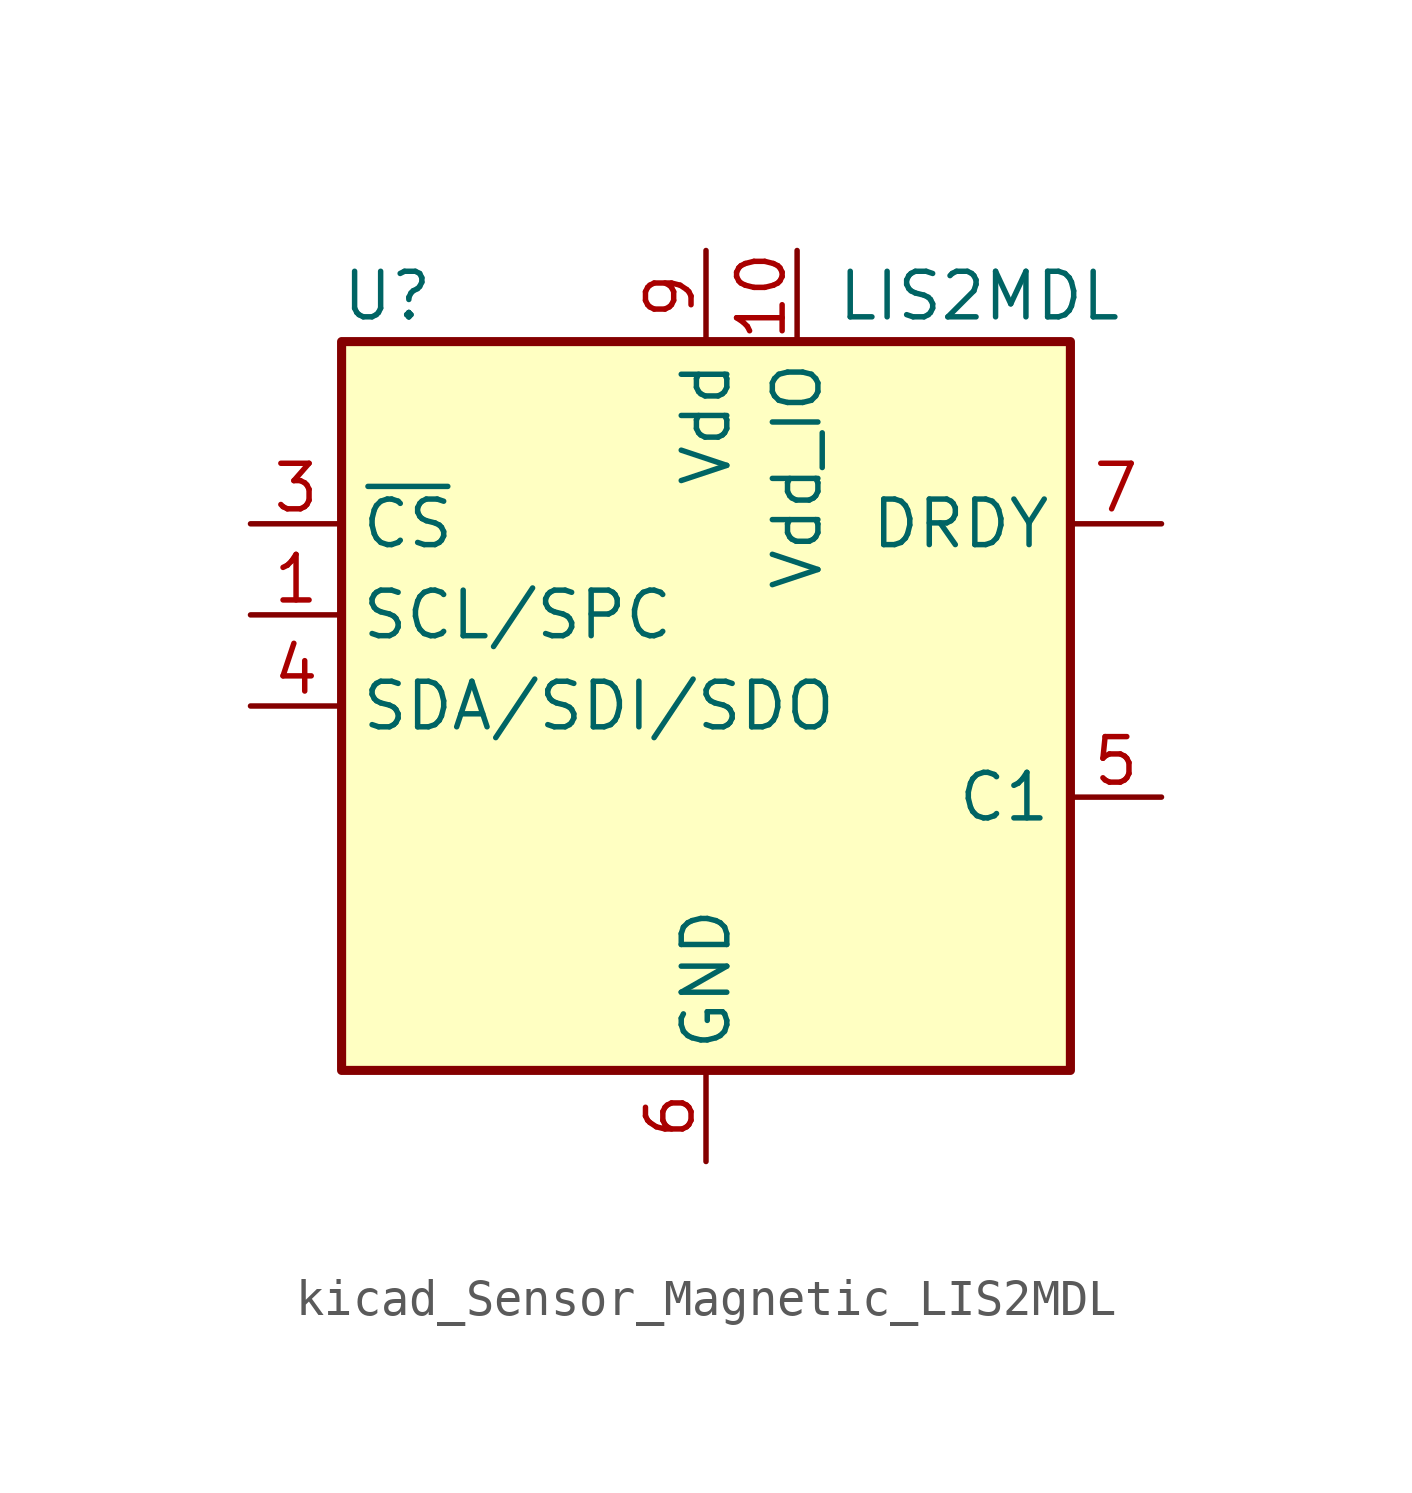
<source format=kicad_sym>
(kicad_symbol_lib
  (version 20220914)
  (generator kicad_symbol_editor)
  (symbol "kicad_Sensor_Magnetic_LIS2MDL"
    (property "Reference" "U"
      (at -8.89 11.43 0)
      (effects (font (size 1.27 1.27))))
    (property "Value" "LIS2MDL"
      (at 7.62 11.43 0)
      (effects (font (size 1.27 1.27))))
    (symbol "kicad_Sensor_Magnetic_LIS2MDL_0_1"
      (rectangle (start -10.16 10.16) (end 10.16 -10.16) (stroke (width 0.254) (type default)) (fill (type background))))
    (symbol "kicad_Sensor_Magnetic_LIS2MDL_1_1"
      (pin input line (at -12.7 2.54 0) (length 2.54) (name "SCL/SPC" (effects (font (size 1.27 1.27)))) (number "1" (effects (font (size 1.27 1.27)))))
      (pin power_in line (at 2.54 12.7 270) (length 2.54) (name "Vdd_IO" (effects (font (size 1.27 1.27)))) (number "10" (effects (font (size 1.27 1.27)))))
      (pin no_connect line (at -10.16 -7.62 0) (length 2.54) hide (name "NC" (effects (font (size 1.27 1.27)))) (number "11" (effects (font (size 1.27 1.27)))))
      (pin no_connect line (at 10.16 -7.62 180) (length 2.54) hide (name "NC" (effects (font (size 1.27 1.27)))) (number "12" (effects (font (size 1.27 1.27)))))
      (pin no_connect line (at -10.16 -5.08 0) (length 2.54) hide (name "NC" (effects (font (size 1.27 1.27)))) (number "2" (effects (font (size 1.27 1.27)))))
      (pin input line (at -12.7 5.08 0) (length 2.54) (name "~{CS}" (effects (font (size 1.27 1.27)))) (number "3" (effects (font (size 1.27 1.27)))))
      (pin bidirectional line (at -12.7 0 0) (length 2.54) (name "SDA/SDI/SDO" (effects (font (size 1.27 1.27)))) (number "4" (effects (font (size 1.27 1.27)))))
      (pin power_out line (at 12.7 -2.54 180) (length 2.54) (name "C1" (effects (font (size 1.27 1.27)))) (number "5" (effects (font (size 1.27 1.27)))))
      (pin power_in line (at 0 -12.7 90) (length 2.54) (name "GND" (effects (font (size 1.27 1.27)))) (number "6" (effects (font (size 1.27 1.27)))))
      (pin output line (at 12.7 5.08 180) (length 2.54) (name "DRDY" (effects (font (size 1.27 1.27)))) (number "7" (effects (font (size 1.27 1.27)))) (alternate "INT" output line) (alternate "SDO" output line))
      (pin passive line (at 0 -12.7 90) (length 2.54) hide (name "GND" (effects (font (size 1.27 1.27)))) (number "8" (effects (font (size 1.27 1.27)))))
      (pin power_in line (at 0 12.7 270) (length 2.54) (name "Vdd" (effects (font (size 1.27 1.27)))) (number "9" (effects (font (size 1.27 1.27))))))))
</source>
